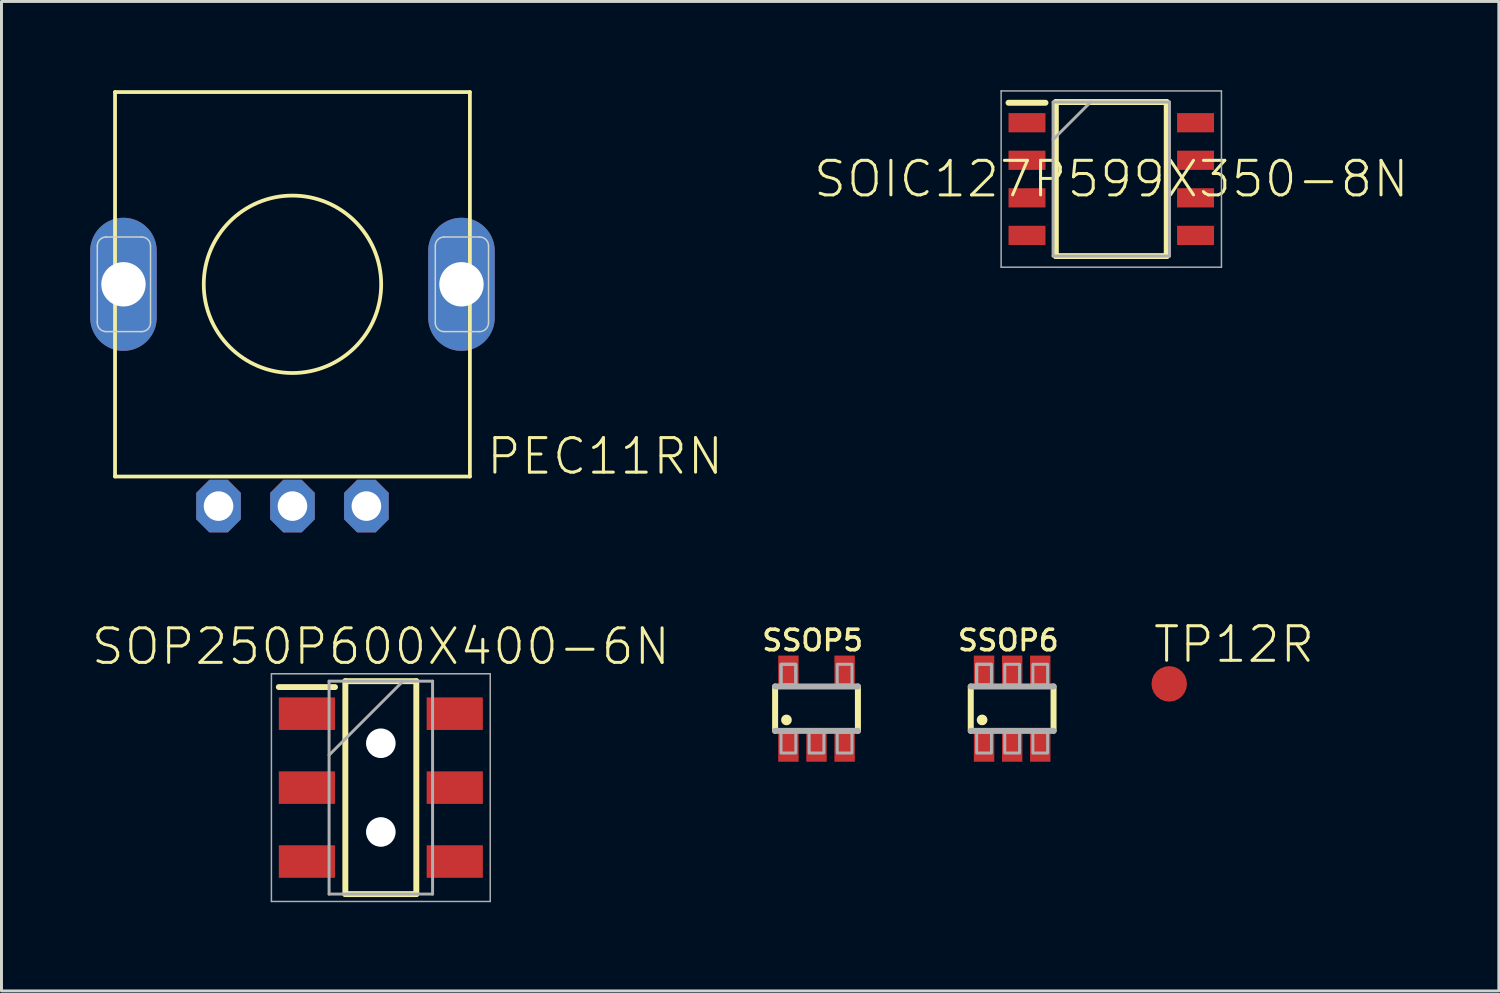
<source format=kicad_pcb>
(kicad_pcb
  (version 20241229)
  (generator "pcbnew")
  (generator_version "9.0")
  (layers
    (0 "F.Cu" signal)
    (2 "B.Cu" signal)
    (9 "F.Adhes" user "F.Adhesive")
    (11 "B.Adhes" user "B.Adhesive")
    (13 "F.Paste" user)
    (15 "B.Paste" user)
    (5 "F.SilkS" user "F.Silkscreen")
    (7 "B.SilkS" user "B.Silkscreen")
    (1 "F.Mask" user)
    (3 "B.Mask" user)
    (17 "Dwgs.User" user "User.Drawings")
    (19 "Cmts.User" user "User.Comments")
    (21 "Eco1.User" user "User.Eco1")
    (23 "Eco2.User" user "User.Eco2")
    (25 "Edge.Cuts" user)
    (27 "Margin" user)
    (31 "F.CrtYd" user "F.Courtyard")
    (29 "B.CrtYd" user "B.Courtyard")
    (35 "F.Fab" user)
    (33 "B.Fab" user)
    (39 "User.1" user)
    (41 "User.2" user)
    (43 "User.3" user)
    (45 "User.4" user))
  (footprint "SOP250P600X400-6N"
    (layer "F.Cu")
    (at 9.828 23.584)
    (property "Reference" "SOP250P600X400-6N" (at 0 -4.77 0) (layer "F.SilkS") (effects (font (size 1.168 1.168) (thickness 0.102))))
    (fp_line (start -3.45 -3.4) (end -1.55 -3.4) (stroke (width 0.2) (type solid)) (layer "F.SilkS"))
    (fp_line (start -1.2 -3.6) (end 1.2 -3.6) (stroke (width 0.2) (type solid)) (layer "F.SilkS"))
    (fp_line (start -1.2 3.6) (end -1.2 -3.6) (stroke (width 0.2) (type solid)) (layer "F.SilkS"))
    (fp_line (start 1.2 -3.6) (end 1.2 3.6) (stroke (width 0.2) (type solid)) (layer "F.SilkS"))
    (fp_line (start 1.2 3.6) (end -1.2 3.6) (stroke (width 0.2) (type solid)) (layer "F.SilkS"))
    (fp_line (start -3.7 -3.85) (end 3.7 -3.85) (stroke (width 0.05) (type solid)) (layer "F.Fab"))
    (fp_line (start -3.7 3.85) (end -3.7 -3.85) (stroke (width 0.05) (type solid)) (layer "F.Fab"))
    (fp_line (start -1.75 -3.6) (end 1.75 -3.6) (stroke (width 0.1) (type solid)) (layer "F.Fab"))
    (fp_line (start -1.75 -1.1) (end 0.75 -3.6) (stroke (width 0.1) (type solid)) (layer "F.Fab"))
    (fp_line (start -1.75 3.6) (end -1.75 -3.6) (stroke (width 0.1) (type solid)) (layer "F.Fab"))
    (fp_line (start 1.75 -3.6) (end 1.75 3.6) (stroke (width 0.1) (type solid)) (layer "F.Fab"))
    (fp_line (start 1.75 3.6) (end -1.75 3.6) (stroke (width 0.1) (type solid)) (layer "F.Fab"))
    (fp_line (start 3.7 -3.85) (end 3.7 3.85) (stroke (width 0.05) (type solid)) (layer "F.Fab"))
    (fp_line (start 3.7 3.85) (end -3.7 3.85) (stroke (width 0.05) (type solid)) (layer "F.Fab"))
    (pad "" np_thru_hole circle (at 0 -1.5) (size 1 1) (drill 1) (layers "*.Cu" "*.Mask"))
    (pad "" np_thru_hole circle (at 0 1.5) (size 1 1) (drill 1) (layers "*.Cu" "*.Mask"))
    (pad "1" smd rect (at -2.5 -2.5) (size 1.9 1.1) (layers "F.Cu" "F.Mask" "F.Paste"))
    (pad "2" smd rect (at -2.5 0) (size 1.9 1.1) (layers "F.Cu" "F.Mask" "F.Paste"))
    (pad "3" smd rect (at -2.5 2.5) (size 1.9 1.1) (layers "F.Cu" "F.Mask" "F.Paste"))
    (pad "4" smd rect (at 2.5 2.5) (size 1.9 1.1) (layers "F.Cu" "F.Mask" "F.Paste"))
    (pad "5" smd rect (at 2.5 0) (size 1.9 1.1) (layers "F.Cu" "F.Mask" "F.Paste"))
    (pad "6" smd rect (at 2.5 -2.5) (size 1.9 1.1) (layers "F.Cu" "F.Mask" "F.Paste")))
  (footprint "PEC11RN"
    (layer "F.Cu")
    (at 6.84 6.564)
    (property "Reference" "PEC11RN" (at 6.5 6.5 0) (layer "F.SilkS") (effects (font (size 1.168 1.168) (thickness 0.102)) (justify left bottom)))
    (attr through_hole)
    (fp_line (start -6 -6.5) (end -6 6.5) (stroke (width 0.127) (type solid)) (layer "F.SilkS"))
    (fp_line (start -6 6.5) (end 6 6.5) (stroke (width 0.127) (type solid)) (layer "F.SilkS"))
    (fp_line (start 6 -6.5) (end -6 -6.5) (stroke (width 0.127) (type solid)) (layer "F.SilkS"))
    (fp_line (start 6 6.5) (end 6 -6.5) (stroke (width 0.127) (type solid)) (layer "F.SilkS"))
    (fp_circle (center 0 0) (end 3 0) (stroke (width 0.127) (type solid)) (fill no) (layer "F.SilkS"))
    (fp_line (start -6.6 1.3) (end -6.6 -1.3) (stroke (width 0.05) (type solid)) (layer "Edge.Cuts"))
    (fp_line (start -6.3 -1.6) (end -5.1 -1.6) (stroke (width 0.05) (type solid)) (layer "Edge.Cuts"))
    (fp_line (start -5.1 1.6) (end -6.3 1.6) (stroke (width 0.05) (type solid)) (layer "Edge.Cuts"))
    (fp_line (start -4.8 -1.3) (end -4.8 1.3) (stroke (width 0.05) (type solid)) (layer "Edge.Cuts"))
    (fp_line (start 4.83 1.3) (end 4.83 -1.3) (stroke (width 0.05) (type solid)) (layer "Edge.Cuts"))
    (fp_line (start 5.13 -1.6) (end 6.33 -1.6) (stroke (width 0.05) (type solid)) (layer "Edge.Cuts"))
    (fp_line (start 6.33 1.6) (end 5.13 1.6) (stroke (width 0.05) (type solid)) (layer "Edge.Cuts"))
    (fp_line (start 6.63 -1.3) (end 6.63 1.3) (stroke (width 0.05) (type solid)) (layer "Edge.Cuts"))
    (fp_arc (start -6.6 -1.3) (mid -6.512132 -1.512132) (end -6.3 -1.6) (stroke (width 0.05) (type solid)) (layer "Edge.Cuts"))
    (fp_arc (start -6.3 1.6) (mid -6.512132 1.512132) (end -6.6 1.3) (stroke (width 0.05) (type solid)) (layer "Edge.Cuts"))
    (fp_arc (start -5.1 -1.6) (mid -4.887868 -1.512132) (end -4.8 -1.3) (stroke (width 0.05) (type solid)) (layer "Edge.Cuts"))
    (fp_arc (start -4.8 1.3) (mid -4.887868 1.512132) (end -5.1 1.6) (stroke (width 0.05) (type solid)) (layer "Edge.Cuts"))
    (fp_arc (start 4.83 -1.3) (mid 4.917868 -1.512132) (end 5.13 -1.6) (stroke (width 0.05) (type solid)) (layer "Edge.Cuts"))
    (fp_arc (start 5.13 1.6) (mid 4.917868 1.512132) (end 4.83 1.3) (stroke (width 0.05) (type solid)) (layer "Edge.Cuts"))
    (fp_arc (start 6.33 -1.6) (mid 6.542132 -1.512132) (end 6.63 -1.3) (stroke (width 0.05) (type solid)) (layer "Edge.Cuts"))
    (fp_arc (start 6.63 1.3) (mid 6.542132 1.512132) (end 6.33 1.6) (stroke (width 0.05) (type solid)) (layer "Edge.Cuts"))
    (pad "" thru_hole oval (at -5.715 0 90) (size 4.5 2.25) (drill 1.5) (layers "*.Cu" "*.Mask"))
    (pad "" thru_hole oval (at 5.715 0 90) (size 4.5 2.25) (drill 1.5) (layers "*.Cu" "*.Mask"))
    (pad "A" thru_hole roundrect (at -2.5 7.5) (size 1.508 1.778) (drill 1) (layers "*.Cu" "*.Mask") (roundrect_rratio 0.25) (chamfer_ratio 0.293) (chamfer top_left top_right bottom_left bottom_right))
    (pad "B" thru_hole roundrect (at 2.5 7.5) (size 1.508 1.778) (drill 1) (layers "*.Cu" "*.Mask") (roundrect_rratio 0.25) (chamfer_ratio 0.293) (chamfer top_left top_right bottom_left bottom_right))
    (pad "GND" thru_hole roundrect (at 0 7.5) (size 1.508 1.778) (drill 1) (layers "*.Cu" "*.Mask") (roundrect_rratio 0.25) (chamfer_ratio 0.293) (chamfer top_left top_right bottom_left bottom_right)))
  (footprint "TP12R"
    (layer "F.Cu")
    (at 36.488 20.076)
    (property "Reference" "TP12R" (at -0.6 -0.65 0) (layer "F.SilkS") (effects (font (size 1.168 1.168) (thickness 0.102)) (justify left bottom)))
    (pad "TP" smd roundrect (at 0 0) (size 1.2 1.2) (layers "F.Cu" "F.Mask") (roundrect_rratio 0.5)))
  (footprint "SSOP6"
    (layer "F.Cu")
    (at 31.177 20.914)
    (property "Reference" "SSOP6" (at -1.905 -1.905 0) (layer "F.SilkS") (effects (font (size 0.691 0.691) (thickness 0.122)) (justify left bottom)))
    (fp_line (start -1.4 0.75) (end -1.4 -0.75) (stroke (width 0.203) (type solid)) (layer "F.SilkS"))
    (fp_line (start 1.4 -0.75) (end 1.4 0.75) (stroke (width 0.203) (type solid)) (layer "F.SilkS"))
    (fp_circle (center -1.016 0.381) (end -0.926 0.381) (stroke (width 0.18) (type solid)) (fill yes) (layer "F.SilkS"))
    (fp_line (start -1.4 -0.75) (end 1.4 -0.75) (stroke (width 0.203) (type solid)) (layer "F.Fab"))
    (fp_line (start 1.4 0.75) (end -1.4 0.75) (stroke (width 0.203) (type solid)) (layer "F.Fab"))
    (fp_poly (pts (xy -1.2 1.5) (xy -0.7 1.5) (xy -0.7 0.8) (xy -1.2 0.8)) (stroke (width 0.1) (type default)) (fill no) (layer "F.Fab"))
    (fp_poly (pts (xy -0.7 -1.5) (xy -1.2 -1.5) (xy -1.2 -0.8) (xy -0.7 -0.8)) (stroke (width 0.1) (type default)) (fill no) (layer "F.Fab"))
    (fp_poly (pts (xy -0.7 -1.5) (xy -1.2 -1.5) (xy -1.2 -0.8) (xy -0.7 -0.8)) (stroke (width 0.1) (type default)) (fill no) (layer "F.Fab"))
    (fp_poly (pts (xy -0.25 1.5) (xy 0.25 1.5) (xy 0.25 0.8) (xy -0.25 0.8)) (stroke (width 0.1) (type default)) (fill no) (layer "F.Fab"))
    (fp_poly (pts (xy 0.25 -1.5) (xy -0.25 -1.5) (xy -0.25 -0.8) (xy 0.25 -0.8)) (stroke (width 0.1) (type default)) (fill no) (layer "F.Fab"))
    (fp_poly (pts (xy 0.7 1.5) (xy 1.2 1.5) (xy 1.2 0.8) (xy 0.7 0.8)) (stroke (width 0.1) (type default)) (fill no) (layer "F.Fab"))
    (fp_poly (pts (xy 1.2 -1.5) (xy 0.7 -1.5) (xy 0.7 -0.8) (xy 1.2 -0.8)) (stroke (width 0.1) (type default)) (fill no) (layer "F.Fab"))
    (pad "1" smd rect (at -0.95 1.3) (size 0.69 0.99) (layers "F.Cu" "F.Mask" "F.Paste"))
    (pad "2" smd rect (at 0 1.3) (size 0.69 0.99) (layers "F.Cu" "F.Mask" "F.Paste"))
    (pad "3" smd rect (at 0.95 1.3) (size 0.69 0.99) (layers "F.Cu" "F.Mask" "F.Paste"))
    (pad "4" smd rect (at 0.95 -1.3 180) (size 0.69 0.99) (layers "F.Cu" "F.Mask" "F.Paste"))
    (pad "5" smd rect (at 0 -1.3 180) (size 0.69 0.99) (layers "F.Cu" "F.Mask" "F.Paste"))
    (pad "6" smd rect (at -0.95 -1.3) (size 0.69 0.99) (layers "F.Cu" "F.Mask" "F.Paste")))
  (footprint "SSOP5"
    (layer "F.Cu")
    (at 24.561 20.914)
    (property "Reference" "SSOP5" (at -1.905 -1.905 0) (layer "F.SilkS") (effects (font (size 0.691 0.691) (thickness 0.122)) (justify left bottom)))
    (fp_line (start -1.4 0.75) (end -1.4 -0.75) (stroke (width 0.203) (type solid)) (layer "F.SilkS"))
    (fp_line (start 1.4 -0.75) (end 1.4 0.75) (stroke (width 0.203) (type solid)) (layer "F.SilkS"))
    (fp_circle (center -1.016 0.381) (end -0.926 0.381) (stroke (width 0.18) (type solid)) (fill yes) (layer "F.SilkS"))
    (fp_line (start -1.4 -0.75) (end 1.4 -0.75) (stroke (width 0.203) (type solid)) (layer "F.Fab"))
    (fp_line (start 1.4 0.75) (end -1.4 0.75) (stroke (width 0.203) (type solid)) (layer "F.Fab"))
    (fp_poly (pts (xy -1.2 1.5) (xy -0.7 1.5) (xy -0.7 0.8) (xy -1.2 0.8)) (stroke (width 0.1) (type default)) (fill no) (layer "F.Fab"))
    (fp_poly (pts (xy -0.7 -1.5) (xy -1.2 -1.5) (xy -1.2 -0.8) (xy -0.7 -0.8)) (stroke (width 0.1) (type default)) (fill no) (layer "F.Fab"))
    (fp_poly (pts (xy -0.7 -1.5) (xy -1.2 -1.5) (xy -1.2 -0.8) (xy -0.7 -0.8)) (stroke (width 0.1) (type default)) (fill no) (layer "F.Fab"))
    (fp_poly (pts (xy -0.25 1.5) (xy 0.25 1.5) (xy 0.25 0.8) (xy -0.25 0.8)) (stroke (width 0.1) (type default)) (fill no) (layer "F.Fab"))
    (fp_poly (pts (xy 0.7 1.5) (xy 1.2 1.5) (xy 1.2 0.8) (xy 0.7 0.8)) (stroke (width 0.1) (type default)) (fill no) (layer "F.Fab"))
    (fp_poly (pts (xy 1.2 -1.5) (xy 0.7 -1.5) (xy 0.7 -0.8) (xy 1.2 -0.8)) (stroke (width 0.1) (type default)) (fill no) (layer "F.Fab"))
    (pad "1" smd rect (at -0.95 1.3) (size 0.69 0.99) (layers "F.Cu" "F.Mask" "F.Paste"))
    (pad "2" smd rect (at 0 1.3) (size 0.69 0.99) (layers "F.Cu" "F.Mask" "F.Paste"))
    (pad "3" smd rect (at 0.95 1.3) (size 0.69 0.99) (layers "F.Cu" "F.Mask" "F.Paste"))
    (pad "4" smd rect (at 0.95 -1.3 180) (size 0.69 0.99) (layers "F.Cu" "F.Mask" "F.Paste"))
    (pad "6" smd rect (at -0.95 -1.3) (size 0.69 0.99) (layers "F.Cu" "F.Mask" "F.Paste")))
  (footprint "SOIC127P599X350-8N"
    (layer "F.Cu")
    (at 34.529 3.005)
    (property "Reference" "SOIC127P599X350-8N" (at 0 0 0) (layer "F.SilkS") (effects (font (size 1.168 1.168) (thickness 0.102))))
    (fp_line (start -3.475 -2.58) (end -2.225 -2.58) (stroke (width 0.2) (type solid)) (layer "F.SilkS"))
    (fp_line (start -1.875 -2.604) (end 1.875 -2.604) (stroke (width 0.2) (type solid)) (layer "F.SilkS"))
    (fp_line (start -1.875 2.604) (end -1.875 -2.604) (stroke (width 0.2) (type solid)) (layer "F.SilkS"))
    (fp_line (start 1.875 -2.604) (end 1.875 2.604) (stroke (width 0.2) (type solid)) (layer "F.SilkS"))
    (fp_line (start 1.875 2.604) (end -1.875 2.604) (stroke (width 0.2) (type solid)) (layer "F.SilkS"))
    (fp_line (start -3.725 -2.98) (end 3.725 -2.98) (stroke (width 0.05) (type solid)) (layer "F.Fab"))
    (fp_line (start -3.725 2.98) (end -3.725 -2.98) (stroke (width 0.05) (type solid)) (layer "F.Fab"))
    (fp_line (start -1.968 -2.604) (end 1.968 -2.604) (stroke (width 0.1) (type solid)) (layer "F.Fab"))
    (fp_line (start -1.968 -1.334) (end -0.698 -2.604) (stroke (width 0.1) (type solid)) (layer "F.Fab"))
    (fp_line (start -1.968 2.604) (end -1.968 -2.604) (stroke (width 0.1) (type solid)) (layer "F.Fab"))
    (fp_line (start 1.968 -2.604) (end 1.968 2.604) (stroke (width 0.1) (type solid)) (layer "F.Fab"))
    (fp_line (start 1.968 2.604) (end -1.968 2.604) (stroke (width 0.1) (type solid)) (layer "F.Fab"))
    (fp_line (start 3.725 -2.98) (end 3.725 2.98) (stroke (width 0.05) (type solid)) (layer "F.Fab"))
    (fp_line (start 3.725 2.98) (end -3.725 2.98) (stroke (width 0.05) (type solid)) (layer "F.Fab"))
    (pad "1" smd rect (at -2.85 -1.905) (size 1.25 0.65) (layers "F.Cu" "F.Mask" "F.Paste"))
    (pad "2" smd rect (at -2.85 -0.635) (size 1.25 0.65) (layers "F.Cu" "F.Mask" "F.Paste"))
    (pad "3" smd rect (at -2.85 0.635) (size 1.25 0.65) (layers "F.Cu" "F.Mask" "F.Paste"))
    (pad "4" smd rect (at -2.85 1.905) (size 1.25 0.65) (layers "F.Cu" "F.Mask" "F.Paste"))
    (pad "5" smd rect (at 2.85 1.905) (size 1.25 0.65) (layers "F.Cu" "F.Mask" "F.Paste"))
    (pad "6" smd rect (at 2.85 0.635) (size 1.25 0.65) (layers "F.Cu" "F.Mask" "F.Paste"))
    (pad "7" smd rect (at 2.85 -0.635) (size 1.25 0.65) (layers "F.Cu" "F.Mask" "F.Paste"))
    (pad "8" smd rect (at 2.85 -1.905) (size 1.25 0.65) (layers "F.Cu" "F.Mask" "F.Paste")))
  (gr_rect
    (start -3 -3)
    (end 47.635 30.459)
    (stroke (width 0.1) (type default))
    (fill no)
    (layer "Edge.Cuts")))
</source>
